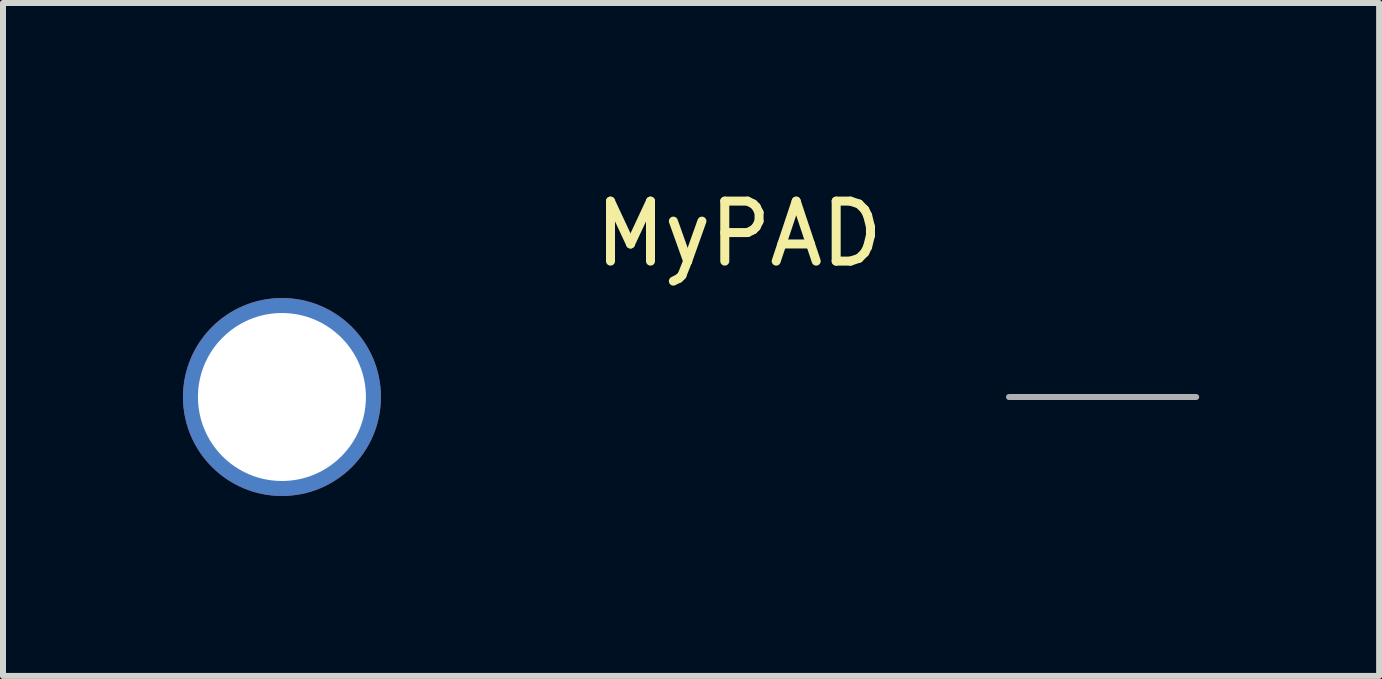
<source format=kicad_pcb>
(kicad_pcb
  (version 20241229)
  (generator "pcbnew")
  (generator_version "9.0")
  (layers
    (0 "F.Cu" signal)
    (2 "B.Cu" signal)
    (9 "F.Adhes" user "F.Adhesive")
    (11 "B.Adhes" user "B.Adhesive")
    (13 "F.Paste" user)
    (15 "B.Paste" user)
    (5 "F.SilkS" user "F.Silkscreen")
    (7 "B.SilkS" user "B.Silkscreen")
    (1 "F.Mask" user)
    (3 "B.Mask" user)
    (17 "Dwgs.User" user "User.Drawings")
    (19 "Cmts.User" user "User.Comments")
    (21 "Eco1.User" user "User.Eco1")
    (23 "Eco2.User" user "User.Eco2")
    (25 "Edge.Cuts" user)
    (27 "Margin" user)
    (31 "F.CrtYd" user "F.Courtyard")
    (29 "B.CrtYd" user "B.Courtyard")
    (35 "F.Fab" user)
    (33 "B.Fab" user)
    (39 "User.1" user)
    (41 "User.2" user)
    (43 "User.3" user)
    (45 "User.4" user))
  (footprint "MyPAD"
    (layer "F.Cu")
    (at 1.65 3.568)
    (property "Reference" "MyPAD" (at 7.62 -2.72 180) (layer "F.SilkS") (effects (font (size 1 1) (thickness 0.15))))
    (attr through_hole)
    (fp_line (start 15.24 0) (end 12.12 0) (stroke (width 0.1) (type solid)) (layer "F.Fab"))
    (pad "" thru_hole circle (at 0 0) (size 3.3 3.3) (drill 2.8) (layers "*.Cu" "*.Mask")))
  (gr_rect
    (start -3 -3)
    (end 19.94 8.218)
    (stroke (width 0.1) (type default))
    (fill no)
    (layer "Edge.Cuts")))
</source>
